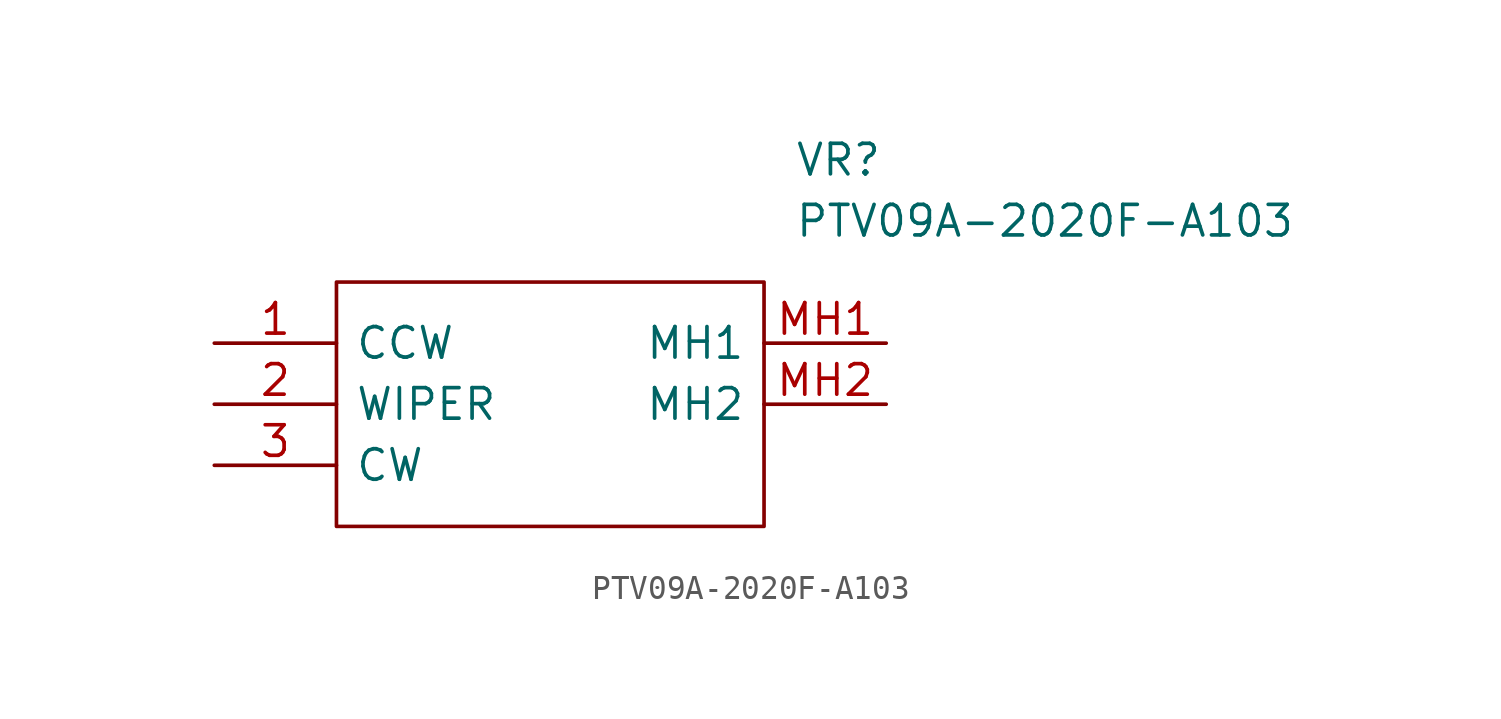
<source format=kicad_sym>
(kicad_symbol_lib
  (version 20211014)
  (generator kicad_symbol_editor)
  (symbol "PTV09A-2020F-A103"
    (pin_names
      (offset 0.762))
    (property "Reference" "VR"
      (at 24.13 7.62 0)
      (effects (font (size 1.27 1.27)) (justify left)))
    (property "Value" "PTV09A-2020F-A103"
      (at 24.13 5.08 0)
      (effects (font (size 1.27 1.27)) (justify left)))
    (symbol "PTV09A-2020F-A103_0_0"
      (pin passive line (at 0 0 0) (length 5.08) (name "CCW" (effects (font (size 1.27 1.27)))) (number "1" (effects (font (size 1.27 1.27)))))
      (pin passive line (at 0 -2.54 0) (length 5.08) (name "WIPER" (effects (font (size 1.27 1.27)))) (number "2" (effects (font (size 1.27 1.27)))))
      (pin passive line (at 0 -5.08 0) (length 5.08) (name "CW" (effects (font (size 1.27 1.27)))) (number "3" (effects (font (size 1.27 1.27)))))
      (pin passive line (at 27.94 0 180) (length 5.08) (name "MH1" (effects (font (size 1.27 1.27)))) (number "MH1" (effects (font (size 1.27 1.27)))))
      (pin passive line (at 27.94 -2.54 180) (length 5.08) (name "MH2" (effects (font (size 1.27 1.27)))) (number "MH2" (effects (font (size 1.27 1.27))))))
    (symbol "PTV09A-2020F-A103_0_1"
      (polyline (pts (xy 5.08 2.54) (xy 22.86 2.54) (xy 22.86 -7.62) (xy 5.08 -7.62) (xy 5.08 2.54)) (stroke (width 0.152) (type default) (color 0 0 0 0)) (fill (type none))))))
</source>
